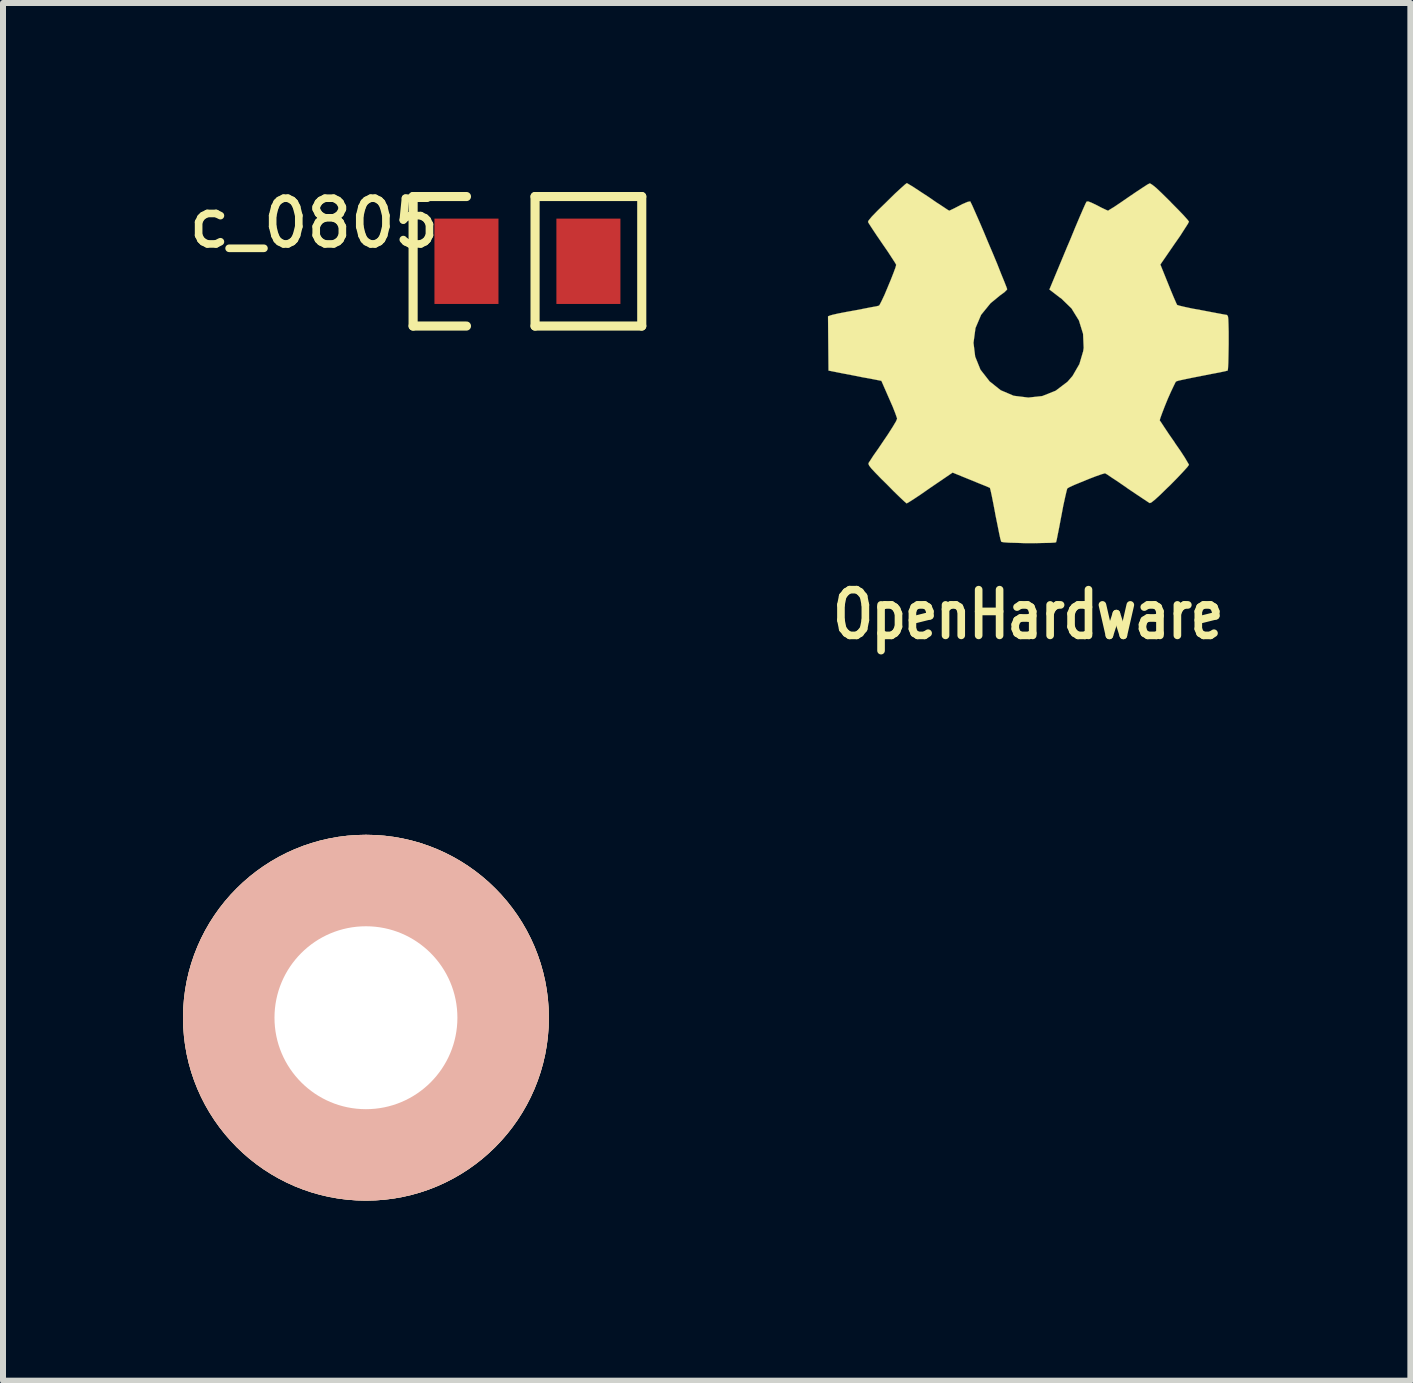
<source format=kicad_pcb>
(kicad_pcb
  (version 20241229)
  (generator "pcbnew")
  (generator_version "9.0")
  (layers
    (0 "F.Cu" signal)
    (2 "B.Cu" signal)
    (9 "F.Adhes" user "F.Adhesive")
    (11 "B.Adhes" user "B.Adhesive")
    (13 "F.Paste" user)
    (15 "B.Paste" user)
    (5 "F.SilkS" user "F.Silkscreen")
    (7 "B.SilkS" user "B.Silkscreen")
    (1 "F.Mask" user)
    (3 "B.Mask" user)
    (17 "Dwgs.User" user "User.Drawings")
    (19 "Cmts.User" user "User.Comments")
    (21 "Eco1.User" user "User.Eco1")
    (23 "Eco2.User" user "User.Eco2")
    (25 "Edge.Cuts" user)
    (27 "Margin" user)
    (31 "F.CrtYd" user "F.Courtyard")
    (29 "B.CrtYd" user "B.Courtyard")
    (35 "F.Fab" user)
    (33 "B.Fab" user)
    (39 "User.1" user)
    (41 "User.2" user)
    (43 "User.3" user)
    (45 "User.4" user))
  (footprint "OSHW_6mm"
    (layer "F.Cu")
    (at 14.086 3.001)
    (property "Reference" "OSHW_6mm" (at 0 1.016 0) (layer "F.SilkS") (effects (font (size 0.305 0.305) (thickness 0.061))))
    (attr through_hole)
    (fp_poly (pts (xy -2.024 -3) (xy -1.989 -2.979) (xy -1.91 -2.931) (xy -1.798 -2.857) (xy -1.666 -2.771) (xy -1.534 -2.68) (xy -1.425 -2.609) (xy -1.349 -2.558) (xy -1.318 -2.54) (xy -1.3 -2.548) (xy -1.237 -2.578) (xy -1.148 -2.624) (xy -1.095 -2.652) (xy -1.011 -2.687) (xy -0.968 -2.695) (xy -0.963 -2.685) (xy -0.932 -2.621) (xy -0.884 -2.512) (xy -0.82 -2.367) (xy -0.747 -2.197) (xy -0.671 -2.014) (xy -0.592 -1.829) (xy -0.518 -1.651) (xy -0.455 -1.491) (xy -0.401 -1.359) (xy -0.366 -1.27) (xy -0.353 -1.232) (xy -0.358 -1.222) (xy -0.399 -1.181) (xy -0.472 -1.128) (xy -0.63 -0.998) (xy -0.787 -0.805) (xy -0.881 -0.584) (xy -0.914 -0.338) (xy -0.886 -0.109) (xy -0.798 0.109) (xy -0.645 0.305) (xy -0.46 0.452) (xy -0.244 0.544) (xy 0 0.574) (xy 0.231 0.549) (xy 0.455 0.46) (xy 0.653 0.31) (xy 0.737 0.213) (xy 0.851 0.015) (xy 0.914 -0.198) (xy 0.922 -0.254) (xy 0.912 -0.488) (xy 0.843 -0.711) (xy 0.719 -0.912) (xy 0.549 -1.077) (xy 0.526 -1.092) (xy 0.447 -1.153) (xy 0.394 -1.194) (xy 0.351 -1.227) (xy 0.65 -1.946) (xy 0.699 -2.06) (xy 0.78 -2.258) (xy 0.851 -2.426) (xy 0.909 -2.56) (xy 0.95 -2.652) (xy 0.968 -2.687) (xy 0.968 -2.69) (xy 0.996 -2.695) (xy 1.049 -2.675) (xy 1.151 -2.626) (xy 1.217 -2.591) (xy 1.293 -2.555) (xy 1.328 -2.54) (xy 1.356 -2.558) (xy 1.43 -2.603) (xy 1.537 -2.675) (xy 1.666 -2.764) (xy 1.788 -2.847) (xy 1.9 -2.921) (xy 1.981 -2.974) (xy 2.022 -2.995) (xy 2.027 -2.995) (xy 2.062 -2.974) (xy 2.129 -2.921) (xy 2.225 -2.83) (xy 2.365 -2.692) (xy 2.385 -2.67) (xy 2.499 -2.555) (xy 2.591 -2.459) (xy 2.654 -2.388) (xy 2.677 -2.357) (xy 2.657 -2.319) (xy 2.603 -2.235) (xy 2.53 -2.121) (xy 2.438 -1.989) (xy 2.2 -1.643) (xy 2.332 -1.316) (xy 2.372 -1.217) (xy 2.423 -1.095) (xy 2.461 -1.008) (xy 2.479 -0.97) (xy 2.515 -0.958) (xy 2.603 -0.937) (xy 2.733 -0.909) (xy 2.888 -0.881) (xy 3.035 -0.853) (xy 3.167 -0.828) (xy 3.264 -0.81) (xy 3.307 -0.803) (xy 3.317 -0.795) (xy 3.327 -0.775) (xy 3.332 -0.729) (xy 3.335 -0.648) (xy 3.338 -0.521) (xy 3.338 -0.338) (xy 3.338 -0.318) (xy 3.335 -0.142) (xy 3.332 -0.003) (xy 3.327 0.089) (xy 3.322 0.124) (xy 3.279 0.135) (xy 3.185 0.155) (xy 3.053 0.18) (xy 2.896 0.211) (xy 2.885 0.213) (xy 2.728 0.244) (xy 2.593 0.272) (xy 2.502 0.292) (xy 2.464 0.305) (xy 2.454 0.315) (xy 2.423 0.378) (xy 2.377 0.475) (xy 2.324 0.594) (xy 2.273 0.719) (xy 2.23 0.831) (xy 2.2 0.914) (xy 2.189 0.953) (xy 2.215 0.991) (xy 2.268 1.072) (xy 2.344 1.186) (xy 2.438 1.321) (xy 2.443 1.331) (xy 2.535 1.463) (xy 2.609 1.577) (xy 2.657 1.659) (xy 2.677 1.694) (xy 2.675 1.697) (xy 2.647 1.735) (xy 2.578 1.811) (xy 2.482 1.913) (xy 2.365 2.032) (xy 2.327 2.068) (xy 2.197 2.195) (xy 2.106 2.278) (xy 2.05 2.322) (xy 2.024 2.332) (xy 2.022 2.332) (xy 1.981 2.306) (xy 1.897 2.25) (xy 1.783 2.174) (xy 1.648 2.083) (xy 1.638 2.075) (xy 1.506 1.984) (xy 1.394 1.91) (xy 1.316 1.857) (xy 1.28 1.836) (xy 1.275 1.836) (xy 1.219 1.852) (xy 1.125 1.885) (xy 1.008 1.93) (xy 0.884 1.981) (xy 0.772 2.027) (xy 0.688 2.065) (xy 0.65 2.088) (xy 0.648 2.09) (xy 0.635 2.139) (xy 0.612 2.238) (xy 0.582 2.375) (xy 0.551 2.54) (xy 0.546 2.565) (xy 0.516 2.725) (xy 0.49 2.855) (xy 0.472 2.946) (xy 0.462 2.985) (xy 0.439 2.99) (xy 0.363 2.995) (xy 0.244 2.997) (xy 0.102 3) (xy -0.051 3) (xy -0.198 2.995) (xy -0.323 2.992) (xy -0.414 2.985) (xy -0.452 2.977) (xy -0.452 2.974) (xy -0.467 2.926) (xy -0.488 2.827) (xy -0.516 2.687) (xy -0.549 2.525) (xy -0.554 2.494) (xy -0.584 2.337) (xy -0.61 2.207) (xy -0.63 2.116) (xy -0.64 2.08) (xy -0.653 2.073) (xy -0.719 2.045) (xy -0.826 2.002) (xy -0.958 1.948) (xy -1.262 1.824) (xy -1.638 2.08) (xy -1.671 2.103) (xy -1.806 2.197) (xy -1.918 2.271) (xy -1.994 2.319) (xy -2.027 2.337) (xy -2.029 2.337) (xy -2.068 2.304) (xy -2.141 2.235) (xy -2.243 2.136) (xy -2.36 2.017) (xy -2.449 1.93) (xy -2.55 1.826) (xy -2.616 1.755) (xy -2.652 1.709) (xy -2.664 1.681) (xy -2.662 1.664) (xy -2.637 1.626) (xy -2.583 1.542) (xy -2.504 1.43) (xy -2.413 1.295) (xy -2.339 1.186) (xy -2.258 1.059) (xy -2.205 0.97) (xy -2.187 0.927) (xy -2.192 0.907) (xy -2.217 0.836) (xy -2.261 0.724) (xy -2.319 0.592) (xy -2.449 0.295) (xy -2.642 0.257) (xy -2.761 0.236) (xy -2.926 0.203) (xy -3.084 0.173) (xy -3.33 0.124) (xy -3.338 -0.78) (xy -3.299 -0.795) (xy -3.264 -0.805) (xy -3.172 -0.826) (xy -3.043 -0.851) (xy -2.888 -0.879) (xy -2.758 -0.904) (xy -2.626 -0.93) (xy -2.53 -0.947) (xy -2.489 -0.958) (xy -2.479 -0.97) (xy -2.446 -1.034) (xy -2.398 -1.135) (xy -2.347 -1.257) (xy -2.294 -1.384) (xy -2.248 -1.501) (xy -2.215 -1.59) (xy -2.202 -1.638) (xy -2.22 -1.671) (xy -2.271 -1.75) (xy -2.342 -1.859) (xy -2.433 -1.991) (xy -2.522 -2.121) (xy -2.598 -2.235) (xy -2.649 -2.314) (xy -2.672 -2.352) (xy -2.662 -2.377) (xy -2.609 -2.441) (xy -2.51 -2.543) (xy -2.362 -2.687) (xy -2.339 -2.71) (xy -2.223 -2.824) (xy -2.123 -2.916) (xy -2.055 -2.977) (xy -2.024 -3)) (stroke (width 0.003) (type solid)) (fill yes) (layer "F.SilkS"))
    (fp_text user "OpenHardware" (at 0 4.191 0) (layer "F.SilkS") (effects (font (size 0.762 0.61) (thickness 0.127)))))
  (footprint "c_0805"
    (layer "F.Cu")
    (at 5.739 1.304)
    (property "Reference" "c_0805" (at -3.556 -0.635 0) (layer "F.SilkS") (effects (font (size 0.762 0.762) (thickness 0.127))))
    (attr smd)
    (fp_line (start -1.905 -1.079) (end -1.905 1.079) (stroke (width 0.152) (type solid)) (layer "F.SilkS"))
    (fp_line (start -1.905 -1.079) (end -1.016 -1.079) (stroke (width 0.152) (type solid)) (layer "F.SilkS"))
    (fp_line (start -1.016 1.079) (end -1.905 1.079) (stroke (width 0.152) (type solid)) (layer "F.SilkS"))
    (fp_line (start 0.127 -1.079) (end 0.127 1.079) (stroke (width 0.152) (type solid)) (layer "F.SilkS"))
    (fp_line (start 1.905 -1.079) (end 0.127 -1.079) (stroke (width 0.152) (type solid)) (layer "F.SilkS"))
    (fp_line (start 1.905 -1.079) (end 1.905 1.079) (stroke (width 0.152) (type solid)) (layer "F.SilkS"))
    (fp_line (start 1.905 1.079) (end 0.127 1.079) (stroke (width 0.152) (type solid)) (layer "F.SilkS"))
    (pad "1" smd rect (at 1.016 0) (size 1.067 1.422) (layers "F.Cu" "F.Mask" "F.Paste"))
    (pad "2" smd rect (at -1.016 0) (size 1.067 1.422) (layers "F.Cu" "F.Mask" "F.Paste")))
  (footprint "Screw"
    (layer "F.Cu")
    (at 3.048 13.909)
    (property "Reference" "Screw" (at 0 -1.587 0) (layer "F.SilkS") (effects (font (size 0.762 0.762) (thickness 0.127))))
    (attr through_hole)
    (pad "1" thru_hole circle (at 0 0) (size 6.096 6.096) (drill 3.048) (layers "*.Cu" "*.Paste" "*.SilkS" "*.Mask")))
  (gr_rect
    (start -3 -3)
    (end 20.452 19.957)
    (stroke (width 0.1) (type default))
    (fill no)
    (layer "Edge.Cuts")))
</source>
